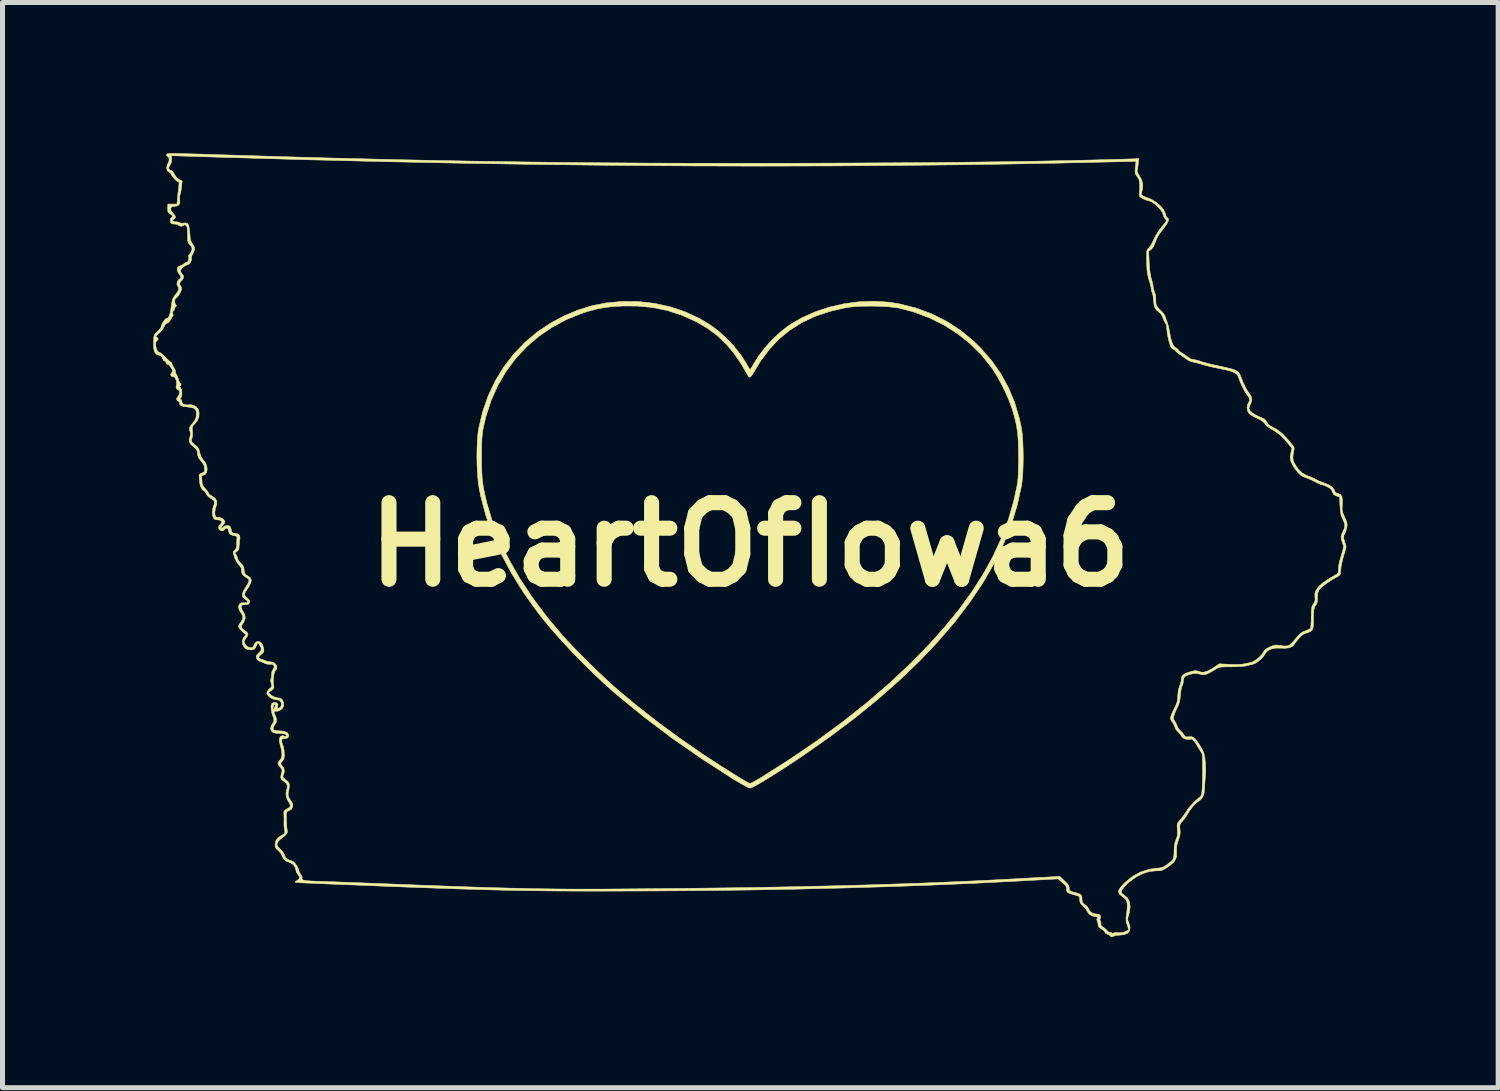
<source format=kicad_pcb>
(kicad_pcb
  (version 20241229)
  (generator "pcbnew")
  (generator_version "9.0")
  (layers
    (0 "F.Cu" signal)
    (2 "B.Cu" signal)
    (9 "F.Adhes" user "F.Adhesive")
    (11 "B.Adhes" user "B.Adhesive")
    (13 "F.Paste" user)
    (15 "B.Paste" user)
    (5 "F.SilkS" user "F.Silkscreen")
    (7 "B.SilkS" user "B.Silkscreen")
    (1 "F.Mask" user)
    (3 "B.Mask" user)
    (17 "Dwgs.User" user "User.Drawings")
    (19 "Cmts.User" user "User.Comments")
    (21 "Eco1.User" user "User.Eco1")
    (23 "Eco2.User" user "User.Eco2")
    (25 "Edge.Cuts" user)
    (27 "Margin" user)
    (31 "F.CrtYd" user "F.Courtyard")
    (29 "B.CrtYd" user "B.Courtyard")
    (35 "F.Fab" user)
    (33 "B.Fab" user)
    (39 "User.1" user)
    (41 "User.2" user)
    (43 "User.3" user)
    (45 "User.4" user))
  (footprint "HeartOfIowa6"
    (layer "F.Cu")
    (at 11.874 7.786)
    (property "Reference" "HeartOfIowa6" (at 0 0 0) (layer "F.SilkS") (effects (font (size 1.524 1.524) (thickness 0.3))))
    (attr through_hole)
    (fp_poly (pts (xy 2.763 -4.824) (xy 2.975 -4.79) (xy 3.305 -4.706) (xy 3.614 -4.591) (xy 3.905 -4.446) (xy 4.178 -4.269) (xy 4.434 -4.061) (xy 4.583 -3.916) (xy 4.801 -3.667) (xy 4.987 -3.402) (xy 5.142 -3.121) (xy 5.266 -2.821) (xy 5.36 -2.501) (xy 5.4 -2.313) (xy 5.415 -2.201) (xy 5.426 -2.062) (xy 5.432 -1.905) (xy 5.435 -1.739) (xy 5.432 -1.573) (xy 5.426 -1.416) (xy 5.414 -1.276) (xy 5.4 -1.17) (xy 5.314 -0.78) (xy 5.195 -0.393) (xy 5.042 -0.009) (xy 4.856 0.373) (xy 4.635 0.755) (xy 4.378 1.138) (xy 4.086 1.522) (xy 4.063 1.551) (xy 3.735 1.933) (xy 3.372 2.315) (xy 2.975 2.696) (xy 2.545 3.075) (xy 2.083 3.451) (xy 1.589 3.822) (xy 1.066 4.189) (xy 0.896 4.303) (xy 0.706 4.428) (xy 0.534 4.539) (xy 0.384 4.634) (xy 0.255 4.712) (xy 0.15 4.773) (xy 0.07 4.816) (xy 0.018 4.84) (xy -0.001 4.844) (xy -0.03 4.835) (xy -0.084 4.809) (xy -0.157 4.769) (xy -0.245 4.718) (xy -0.342 4.659) (xy -0.354 4.652) (xy -0.972 4.253) (xy -1.557 3.846) (xy -2.108 3.431) (xy -2.627 3.007) (xy -2.703 2.942) (xy -2.908 2.759) (xy -3.12 2.559) (xy -3.335 2.348) (xy -3.546 2.13) (xy -3.75 1.912) (xy -3.939 1.698) (xy -4.108 1.496) (xy -4.229 1.343) (xy -4.506 0.956) (xy -4.746 0.571) (xy -4.952 0.187) (xy -5.122 -0.197) (xy -5.258 -0.582) (xy -5.36 -0.968) (xy -5.392 -1.125) (xy -5.41 -1.252) (xy -5.423 -1.404) (xy -5.432 -1.572) (xy -5.435 -1.742) (xy -5.342 -1.742) (xy -5.341 -1.577) (xy -5.337 -1.44) (xy -5.33 -1.32) (xy -5.317 -1.209) (xy -5.298 -1.098) (xy -5.273 -0.977) (xy -5.239 -0.837) (xy -5.234 -0.816) (xy -5.123 -0.445) (xy -4.976 -0.071) (xy -4.794 0.305) (xy -4.576 0.683) (xy -4.324 1.063) (xy -4.038 1.444) (xy -3.742 1.796) (xy -3.646 1.902) (xy -3.528 2.027) (xy -3.395 2.163) (xy -3.252 2.307) (xy -3.105 2.451) (xy -2.961 2.59) (xy -2.824 2.718) (xy -2.702 2.829) (xy -2.631 2.892) (xy -2.242 3.214) (xy -1.829 3.537) (xy -1.401 3.851) (xy -0.968 4.151) (xy -0.962 4.155) (xy -0.836 4.239) (xy -0.706 4.323) (xy -0.577 4.407) (xy -0.452 4.486) (xy -0.335 4.56) (xy -0.23 4.625) (xy -0.14 4.679) (xy -0.069 4.72) (xy -0.022 4.746) (xy -0.002 4.753) (xy 0.022 4.744) (xy 0.07 4.719) (xy 0.137 4.682) (xy 0.216 4.635) (xy 0.246 4.617) (xy 0.807 4.26) (xy 1.343 3.894) (xy 1.851 3.52) (xy 2.33 3.14) (xy 2.777 2.755) (xy 3.181 2.377) (xy 3.542 2.009) (xy 3.868 1.646) (xy 4.161 1.287) (xy 4.419 0.93) (xy 4.646 0.574) (xy 4.841 0.217) (xy 5.006 -0.142) (xy 5.141 -0.504) (xy 5.247 -0.871) (xy 5.31 -1.161) (xy 5.322 -1.236) (xy 5.331 -1.317) (xy 5.337 -1.413) (xy 5.34 -1.529) (xy 5.342 -1.672) (xy 5.342 -1.742) (xy 5.34 -1.931) (xy 5.334 -2.094) (xy 5.321 -2.237) (xy 5.3 -2.37) (xy 5.271 -2.502) (xy 5.233 -2.641) (xy 5.206 -2.726) (xy 5.154 -2.866) (xy 5.085 -3.024) (xy 5.005 -3.186) (xy 4.919 -3.343) (xy 4.833 -3.482) (xy 4.795 -3.537) (xy 4.599 -3.78) (xy 4.376 -4) (xy 4.129 -4.197) (xy 3.859 -4.368) (xy 3.571 -4.511) (xy 3.266 -4.626) (xy 2.983 -4.702) (xy 2.871 -4.72) (xy 2.732 -4.734) (xy 2.576 -4.742) (xy 2.412 -4.745) (xy 2.248 -4.743) (xy 2.095 -4.736) (xy 1.962 -4.723) (xy 1.892 -4.712) (xy 1.578 -4.638) (xy 1.291 -4.54) (xy 1.03 -4.417) (xy 0.793 -4.268) (xy 0.578 -4.093) (xy 0.386 -3.89) (xy 0.213 -3.659) (xy 0.108 -3.487) (xy 0.061 -3.407) (xy 0.026 -3.356) (xy 0.000404 -3.333) (xy -0.02 -3.333) (xy -0.037 -3.355) (xy -0.039 -3.358) (xy -0.18 -3.602) (xy -0.327 -3.815) (xy -0.483 -3.999) (xy -0.652 -4.159) (xy -0.838 -4.298) (xy -1.046 -4.421) (xy -1.082 -4.44) (xy -1.359 -4.565) (xy -1.641 -4.656) (xy -1.933 -4.717) (xy -2.239 -4.746) (xy -2.522 -4.748) (xy -2.721 -4.737) (xy -2.896 -4.717) (xy -3.061 -4.685) (xy -3.227 -4.641) (xy -3.358 -4.598) (xy -3.664 -4.473) (xy -3.95 -4.318) (xy -4.214 -4.137) (xy -4.454 -3.929) (xy -4.669 -3.697) (xy -4.858 -3.442) (xy -5.02 -3.165) (xy -5.152 -2.869) (xy -5.254 -2.555) (xy -5.302 -2.354) (xy -5.316 -2.28) (xy -5.326 -2.211) (xy -5.333 -2.141) (xy -5.338 -2.061) (xy -5.341 -1.965) (xy -5.342 -1.845) (xy -5.342 -1.742) (xy -5.435 -1.742) (xy -5.435 -1.747) (xy -5.433 -1.92) (xy -5.425 -2.082) (xy -5.413 -2.224) (xy -5.4 -2.313) (xy -5.321 -2.644) (xy -5.211 -2.959) (xy -5.071 -3.255) (xy -4.902 -3.532) (xy -4.705 -3.788) (xy -4.482 -4.021) (xy -4.234 -4.23) (xy -3.961 -4.412) (xy -3.71 -4.546) (xy -3.426 -4.666) (xy -3.143 -4.754) (xy -2.853 -4.81) (xy -2.549 -4.838) (xy -2.223 -4.836) (xy -1.904 -4.8) (xy -1.594 -4.733) (xy -1.297 -4.634) (xy -1.015 -4.504) (xy -0.798 -4.375) (xy -0.634 -4.253) (xy -0.472 -4.106) (xy -0.319 -3.944) (xy -0.185 -3.775) (xy -0.077 -3.607) (xy -0.068 -3.592) (xy -0.037 -3.538) (xy -0.013 -3.499) (xy -0.000082 -3.484) (xy 0 -3.484) (xy 0.013 -3.498) (xy 0.037 -3.537) (xy 0.067 -3.59) (xy 0.17 -3.753) (xy 0.299 -3.92) (xy 0.445 -4.081) (xy 0.601 -4.228) (xy 0.758 -4.351) (xy 0.781 -4.367) (xy 1.026 -4.511) (xy 1.292 -4.631) (xy 1.575 -4.725) (xy 1.869 -4.792) (xy 2.169 -4.832) (xy 2.469 -4.843) (xy 2.763 -4.824)) (stroke (width 0.01) (type solid)) (fill yes) (layer "F.SilkS"))
    (fp_poly (pts (xy -11.42 -7.781) (xy -11.336 -7.78) (xy -11.232 -7.778) (xy -11.103 -7.774) (xy -10.949 -7.77) (xy -10.766 -7.764) (xy -10.553 -7.757) (xy -10.306 -7.75) (xy -10.242 -7.748) (xy -9.375 -7.721) (xy -8.532 -7.697) (xy -7.707 -7.676) (xy -6.896 -7.657) (xy -6.094 -7.64) (xy -5.297 -7.626) (xy -4.501 -7.614) (xy -3.7 -7.604) (xy -2.89 -7.597) (xy -2.067 -7.591) (xy -1.226 -7.588) (xy -0.362 -7.587) (xy 0.528 -7.587) (xy 1.45 -7.59) (xy 1.488 -7.59) (xy 2.157 -7.593) (xy 2.791 -7.596) (xy 3.393 -7.6) (xy 3.964 -7.605) (xy 4.506 -7.611) (xy 5.02 -7.618) (xy 5.508 -7.625) (xy 5.972 -7.634) (xy 6.414 -7.643) (xy 6.836 -7.653) (xy 7.239 -7.664) (xy 7.328 -7.666) (xy 7.734 -7.679) (xy 7.724 -7.581) (xy 7.716 -7.519) (xy 7.707 -7.466) (xy 7.702 -7.447) (xy 7.704 -7.407) (xy 7.735 -7.354) (xy 7.745 -7.341) (xy 7.794 -7.253) (xy 7.815 -7.155) (xy 7.804 -7.058) (xy 7.802 -7.049) (xy 7.79 -7) (xy 7.788 -6.964) (xy 7.789 -6.96) (xy 7.81 -6.942) (xy 7.855 -6.921) (xy 7.9 -6.904) (xy 7.996 -6.864) (xy 8.086 -6.806) (xy 8.165 -6.737) (xy 8.227 -6.664) (xy 8.264 -6.591) (xy 8.272 -6.547) (xy 8.288 -6.515) (xy 8.3 -6.507) (xy 8.325 -6.483) (xy 8.322 -6.441) (xy 8.291 -6.38) (xy 8.232 -6.297) (xy 8.212 -6.272) (xy 8.142 -6.179) (xy 8.094 -6.098) (xy 8.064 -6.021) (xy 8.064 -6.02) (xy 8.029 -5.933) (xy 7.987 -5.879) (xy 7.981 -5.874) (xy 7.931 -5.837) (xy 7.941 -5.608) (xy 7.952 -5.464) (xy 7.968 -5.35) (xy 7.986 -5.281) (xy 8.005 -5.217) (xy 8.017 -5.159) (xy 8.019 -5.134) (xy 8.028 -5.081) (xy 8.046 -5.032) (xy 8.062 -4.982) (xy 8.072 -4.912) (xy 8.073 -4.866) (xy 8.075 -4.805) (xy 8.082 -4.765) (xy 8.101 -4.731) (xy 8.137 -4.691) (xy 8.164 -4.664) (xy 8.21 -4.617) (xy 8.242 -4.577) (xy 8.255 -4.553) (xy 8.255 -4.553) (xy 8.262 -4.523) (xy 8.28 -4.475) (xy 8.289 -4.455) (xy 8.309 -4.399) (xy 8.329 -4.323) (xy 8.343 -4.248) (xy 8.369 -4.113) (xy 8.398 -4.013) (xy 8.431 -3.948) (xy 8.467 -3.918) (xy 8.504 -3.895) (xy 8.521 -3.873) (xy 8.543 -3.846) (xy 8.584 -3.818) (xy 8.588 -3.816) (xy 8.64 -3.784) (xy 8.695 -3.743) (xy 8.705 -3.735) (xy 8.764 -3.696) (xy 8.817 -3.683) (xy 8.866 -3.676) (xy 8.928 -3.659) (xy 8.96 -3.648) (xy 9.008 -3.632) (xy 9.083 -3.612) (xy 9.178 -3.588) (xy 9.283 -3.564) (xy 9.353 -3.549) (xy 9.477 -3.522) (xy 9.571 -3.498) (xy 9.64 -3.476) (xy 9.688 -3.452) (xy 9.721 -3.424) (xy 9.744 -3.389) (xy 9.761 -3.35) (xy 9.813 -3.22) (xy 9.86 -3.119) (xy 9.901 -3.05) (xy 9.918 -3.028) (xy 9.968 -2.955) (xy 9.984 -2.881) (xy 9.964 -2.81) (xy 9.959 -2.8) (xy 9.936 -2.751) (xy 9.927 -2.706) (xy 9.927 -2.7) (xy 9.949 -2.661) (xy 9.998 -2.617) (xy 10.068 -2.574) (xy 10.153 -2.535) (xy 10.165 -2.531) (xy 10.226 -2.504) (xy 10.262 -2.471) (xy 10.279 -2.44) (xy 10.316 -2.387) (xy 10.357 -2.359) (xy 10.473 -2.297) (xy 10.586 -2.211) (xy 10.681 -2.113) (xy 10.728 -2.056) (xy 10.771 -2.006) (xy 10.8 -1.973) (xy 10.801 -1.972) (xy 10.826 -1.927) (xy 10.823 -1.89) (xy 10.805 -1.795) (xy 10.8 -1.724) (xy 10.809 -1.666) (xy 10.828 -1.622) (xy 10.902 -1.507) (xy 10.989 -1.422) (xy 11.087 -1.371) (xy 11.089 -1.37) (xy 11.16 -1.343) (xy 11.231 -1.312) (xy 11.257 -1.297) (xy 11.322 -1.265) (xy 11.389 -1.238) (xy 11.403 -1.234) (xy 11.509 -1.192) (xy 11.583 -1.145) (xy 11.623 -1.092) (xy 11.626 -1.08) (xy 11.646 -1.038) (xy 11.682 -1.02) (xy 11.69 -1.019) (xy 11.742 -1.001) (xy 11.774 -0.959) (xy 11.787 -0.891) (xy 11.784 -0.799) (xy 11.779 -0.732) (xy 11.781 -0.681) (xy 11.793 -0.633) (xy 11.818 -0.572) (xy 11.83 -0.545) (xy 11.86 -0.479) (xy 11.876 -0.433) (xy 11.88 -0.394) (xy 11.874 -0.352) (xy 11.867 -0.318) (xy 11.852 -0.261) (xy 11.837 -0.221) (xy 11.828 -0.208) (xy 11.814 -0.18) (xy 11.813 -0.129) (xy 11.825 -0.067) (xy 11.839 -0.028) (xy 11.854 0.012) (xy 11.858 0.047) (xy 11.85 0.089) (xy 11.832 0.151) (xy 11.795 0.276) (xy 11.77 0.377) (xy 11.756 0.464) (xy 11.752 0.517) (xy 11.747 0.572) (xy 11.734 0.605) (xy 11.705 0.628) (xy 11.675 0.644) (xy 11.598 0.687) (xy 11.517 0.738) (xy 11.44 0.793) (xy 11.374 0.845) (xy 11.329 0.889) (xy 11.316 0.906) (xy 11.293 0.973) (xy 11.288 1.059) (xy 11.286 1.136) (xy 11.27 1.184) (xy 11.264 1.192) (xy 11.241 1.224) (xy 11.225 1.262) (xy 11.216 1.312) (xy 11.211 1.383) (xy 11.211 1.483) (xy 11.211 1.483) (xy 11.21 1.582) (xy 11.202 1.651) (xy 11.183 1.698) (xy 11.151 1.728) (xy 11.102 1.75) (xy 11.072 1.759) (xy 11.018 1.779) (xy 10.977 1.805) (xy 10.972 1.81) (xy 10.916 1.87) (xy 10.879 1.914) (xy 10.851 1.95) (xy 10.839 1.968) (xy 10.792 2.022) (xy 10.73 2.053) (xy 10.649 2.063) (xy 10.57 2.06) (xy 10.462 2.059) (xy 10.369 2.077) (xy 10.298 2.111) (xy 10.255 2.16) (xy 10.25 2.17) (xy 10.22 2.218) (xy 10.169 2.273) (xy 10.107 2.325) (xy 10.047 2.364) (xy 10.007 2.38) (xy 9.951 2.393) (xy 9.888 2.409) (xy 9.879 2.411) (xy 9.833 2.419) (xy 9.76 2.425) (xy 9.671 2.429) (xy 9.575 2.431) (xy 9.57 2.431) (xy 9.471 2.432) (xy 9.4 2.434) (xy 9.351 2.44) (xy 9.316 2.449) (xy 9.289 2.463) (xy 9.28 2.468) (xy 9.231 2.499) (xy 9.169 2.535) (xy 9.136 2.552) (xy 9.082 2.578) (xy 9.041 2.589) (xy 8.996 2.586) (xy 8.945 2.576) (xy 8.876 2.565) (xy 8.818 2.567) (xy 8.751 2.582) (xy 8.742 2.584) (xy 8.676 2.608) (xy 8.638 2.638) (xy 8.622 2.683) (xy 8.618 2.74) (xy 8.61 2.784) (xy 8.597 2.808) (xy 8.586 2.834) (xy 8.575 2.887) (xy 8.566 2.958) (xy 8.563 2.992) (xy 8.549 3.105) (xy 8.528 3.184) (xy 8.513 3.215) (xy 8.486 3.269) (xy 8.457 3.336) (xy 8.445 3.368) (xy 8.427 3.422) (xy 8.422 3.456) (xy 8.43 3.483) (xy 8.451 3.514) (xy 8.481 3.565) (xy 8.501 3.615) (xy 8.501 3.616) (xy 8.524 3.662) (xy 8.562 3.705) (xy 8.563 3.706) (xy 8.605 3.747) (xy 8.635 3.789) (xy 8.636 3.789) (xy 8.656 3.817) (xy 8.685 3.826) (xy 8.727 3.823) (xy 8.775 3.821) (xy 8.815 3.832) (xy 8.853 3.861) (xy 8.894 3.912) (xy 8.945 3.99) (xy 8.954 4.005) (xy 8.995 4.075) (xy 9.022 4.131) (xy 9.039 4.185) (xy 9.05 4.252) (xy 9.057 4.318) (xy 9.063 4.409) (xy 9.065 4.502) (xy 9.063 4.579) (xy 9.061 4.599) (xy 9.053 4.678) (xy 9.047 4.77) (xy 9.044 4.835) (xy 9.034 4.942) (xy 9.008 5.021) (xy 8.964 5.078) (xy 8.923 5.106) (xy 8.87 5.146) (xy 8.81 5.209) (xy 8.752 5.284) (xy 8.704 5.361) (xy 8.701 5.367) (xy 8.67 5.417) (xy 8.626 5.474) (xy 8.606 5.498) (xy 8.569 5.541) (xy 8.552 5.576) (xy 8.55 5.618) (xy 8.554 5.664) (xy 8.558 5.73) (xy 8.551 5.79) (xy 8.528 5.863) (xy 8.522 5.878) (xy 8.496 5.961) (xy 8.485 6.032) (xy 8.487 6.109) (xy 8.486 6.193) (xy 8.468 6.261) (xy 8.427 6.321) (xy 8.359 6.38) (xy 8.306 6.417) (xy 8.244 6.457) (xy 8.198 6.479) (xy 8.153 6.489) (xy 8.096 6.491) (xy 8.074 6.491) (xy 7.946 6.504) (xy 7.81 6.547) (xy 7.676 6.616) (xy 7.549 6.708) (xy 7.507 6.747) (xy 7.439 6.816) (xy 7.399 6.869) (xy 7.387 6.909) (xy 7.4 6.941) (xy 7.438 6.97) (xy 7.438 6.97) (xy 7.509 7.029) (xy 7.55 7.11) (xy 7.562 7.209) (xy 7.545 7.325) (xy 7.535 7.359) (xy 7.519 7.417) (xy 7.514 7.456) (xy 7.522 7.491) (xy 7.537 7.526) (xy 7.561 7.61) (xy 7.554 7.678) (xy 7.516 7.729) (xy 7.448 7.76) (xy 7.358 7.77) (xy 7.3 7.773) (xy 7.259 7.78) (xy 7.246 7.786) (xy 7.225 7.798) (xy 7.193 7.801) (xy 7.169 7.794) (xy 7.166 7.787) (xy 7.151 7.772) (xy 7.115 7.754) (xy 7.112 7.753) (xy 7.074 7.732) (xy 7.058 7.709) (xy 7.058 7.708) (xy 7.043 7.685) (xy 7.006 7.656) (xy 6.989 7.647) (xy 6.941 7.612) (xy 6.925 7.579) (xy 6.926 7.574) (xy 6.921 7.53) (xy 6.909 7.498) (xy 6.898 7.459) (xy 6.912 7.43) (xy 6.923 7.412) (xy 6.908 7.404) (xy 6.872 7.402) (xy 6.804 7.388) (xy 6.745 7.351) (xy 6.707 7.299) (xy 6.703 7.288) (xy 6.682 7.252) (xy 6.644 7.209) (xy 6.625 7.191) (xy 6.582 7.148) (xy 6.563 7.108) (xy 6.559 7.066) (xy 6.557 7.028) (xy 6.548 7.005) (xy 6.522 6.99) (xy 6.471 6.974) (xy 6.45 6.968) (xy 6.376 6.946) (xy 6.33 6.928) (xy 6.306 6.908) (xy 6.297 6.88) (xy 6.296 6.85) (xy 6.29 6.81) (xy 6.27 6.775) (xy 6.227 6.734) (xy 6.211 6.721) (xy 6.127 6.651) (xy 5.209 6.701) (xy 4.411 6.741) (xy 3.581 6.776) (xy 2.72 6.807) (xy 1.832 6.833) (xy 0.919 6.855) (xy -0.015 6.872) (xy -0.968 6.884) (xy -1.938 6.891) (xy -2.92 6.894) (xy -2.966 6.894) (xy -3.261 6.894) (xy -3.538 6.893) (xy -3.801 6.892) (xy -4.055 6.889) (xy -4.304 6.886) (xy -4.55 6.883) (xy -4.798 6.878) (xy -5.052 6.872) (xy -5.315 6.865) (xy -5.592 6.857) (xy -5.886 6.848) (xy -6.2 6.837) (xy -6.54 6.825) (xy -6.908 6.811) (xy -7.308 6.795) (xy -7.312 6.795) (xy -7.602 6.784) (xy -7.857 6.773) (xy -8.081 6.765) (xy -8.275 6.757) (xy -8.442 6.75) (xy -8.582 6.744) (xy -8.7 6.739) (xy -8.796 6.735) (xy -8.873 6.732) (xy -8.932 6.728) (xy -8.977 6.726) (xy -9.009 6.723) (xy -9.031 6.721) (xy -9.044 6.719) (xy -9.051 6.717) (xy -9.053 6.715) (xy -9.053 6.713) (xy -9.039 6.697) (xy -9.008 6.68) (xy -8.971 6.648) (xy -8.966 6.607) (xy -8.995 6.562) (xy -8.999 6.559) (xy -9.027 6.517) (xy -9.035 6.482) (xy -9.05 6.423) (xy -9.088 6.369) (xy -9.139 6.332) (xy -9.158 6.326) (xy -9.227 6.299) (xy -9.282 6.251) (xy -9.312 6.193) (xy -9.313 6.189) (xy -9.338 6.138) (xy -9.385 6.089) (xy -9.388 6.086) (xy -9.431 6.048) (xy -9.449 6.01) (xy -9.452 5.971) (xy -9.44 5.897) (xy -9.398 5.837) (xy -9.325 5.787) (xy -9.322 5.786) (xy -9.277 5.761) (xy -9.258 5.739) (xy -9.257 5.708) (xy -9.262 5.682) (xy -9.271 5.625) (xy -9.274 5.578) (xy -9.274 5.574) (xy -9.272 5.448) (xy -9.276 5.353) (xy -9.275 5.31) (xy -9.258 5.284) (xy -9.218 5.26) (xy -9.212 5.257) (xy -9.165 5.229) (xy -9.148 5.199) (xy -9.157 5.158) (xy -9.189 5.105) (xy -9.224 5.031) (xy -9.235 4.95) (xy -9.222 4.876) (xy -9.215 4.859) (xy -9.203 4.803) (xy -9.225 4.751) (xy -9.271 4.713) (xy -9.32 4.677) (xy -9.339 4.634) (xy -9.332 4.576) (xy -9.325 4.554) (xy -9.312 4.506) (xy -9.316 4.474) (xy -9.341 4.438) (xy -9.35 4.427) (xy -9.384 4.383) (xy -9.395 4.352) (xy -9.381 4.321) (xy -9.353 4.286) (xy -9.327 4.249) (xy -9.316 4.212) (xy -9.316 4.16) (xy -9.318 4.135) (xy -9.329 4.063) (xy -9.346 3.995) (xy -9.354 3.969) (xy -9.368 3.905) (xy -9.362 3.851) (xy -9.34 3.814) (xy -9.305 3.8) (xy -9.274 3.809) (xy -9.239 3.818) (xy -9.225 3.806) (xy -9.237 3.78) (xy -9.27 3.764) (xy -9.334 3.756) (xy -9.37 3.756) (xy -9.441 3.753) (xy -9.486 3.742) (xy -9.513 3.722) (xy -9.54 3.671) (xy -9.531 3.614) (xy -9.507 3.574) (xy -9.475 3.513) (xy -9.478 3.454) (xy -9.489 3.428) (xy -9.503 3.391) (xy -9.518 3.333) (xy -9.525 3.301) (xy -9.53 3.244) (xy -9.488 3.244) (xy -9.487 3.293) (xy -9.462 3.248) (xy -9.447 3.211) (xy -9.446 3.189) (xy -9.463 3.18) (xy -9.48 3.198) (xy -9.488 3.235) (xy -9.488 3.244) (xy -9.53 3.244) (xy -9.533 3.219) (xy -9.519 3.165) (xy -9.483 3.141) (xy -9.464 3.139) (xy -9.415 3.15) (xy -9.393 3.182) (xy -9.399 3.223) (xy -9.408 3.256) (xy -9.397 3.263) (xy -9.361 3.247) (xy -9.361 3.247) (xy -9.333 3.214) (xy -9.325 3.168) (xy -9.339 3.124) (xy -9.361 3.103) (xy -9.406 3.089) (xy -9.445 3.084) (xy -9.495 3.072) (xy -9.548 3.042) (xy -9.591 3.003) (xy -9.614 2.963) (xy -9.616 2.953) (xy -9.603 2.917) (xy -9.57 2.876) (xy -9.561 2.868) (xy -9.526 2.835) (xy -9.516 2.809) (xy -9.524 2.773) (xy -9.528 2.764) (xy -9.541 2.709) (xy -9.53 2.661) (xy -9.53 2.661) (xy -9.518 2.612) (xy -9.52 2.577) (xy -9.515 2.528) (xy -9.492 2.486) (xy -9.469 2.436) (xy -9.477 2.399) (xy -9.512 2.38) (xy -9.553 2.381) (xy -9.617 2.377) (xy -9.669 2.357) (xy -9.715 2.335) (xy -9.748 2.323) (xy -9.753 2.322) (xy -9.78 2.31) (xy -9.805 2.287) (xy -9.827 2.241) (xy -9.814 2.194) (xy -9.769 2.151) (xy -9.732 2.109) (xy -9.728 2.056) (xy -9.756 1.998) (xy -9.759 1.994) (xy -9.793 1.951) (xy -9.827 2.023) (xy -9.852 2.068) (xy -9.877 2.089) (xy -9.917 2.094) (xy -9.941 2.094) (xy -10.002 2.086) (xy -10.043 2.063) (xy -10.063 2.043) (xy -10.098 1.979) (xy -10.103 1.911) (xy -10.078 1.848) (xy -10.068 1.835) (xy -10.029 1.794) (xy -10.104 1.725) (xy -10.145 1.683) (xy -10.172 1.646) (xy -10.178 1.63) (xy -10.168 1.6) (xy -10.143 1.556) (xy -10.133 1.542) (xy -10.097 1.482) (xy -10.091 1.432) (xy -10.115 1.378) (xy -10.133 1.353) (xy -10.169 1.288) (xy -10.178 1.229) (xy -10.16 1.184) (xy -10.119 1.158) (xy -10.06 1.156) (xy -10.013 1.156) (xy -9.996 1.14) (xy -10.01 1.113) (xy -10.051 1.082) (xy -10.092 1.045) (xy -10.104 0.996) (xy -10.086 0.934) (xy -10.045 0.862) (xy -9.998 0.789) (xy -9.974 0.739) (xy -9.97 0.704) (xy -9.986 0.68) (xy -10.009 0.665) (xy -10.079 0.617) (xy -10.115 0.564) (xy -10.119 0.515) (xy -10.12 0.476) (xy -10.142 0.436) (xy -10.169 0.407) (xy -10.216 0.343) (xy -10.255 0.262) (xy -10.261 0.244) (xy -10.278 0.187) (xy -10.284 0.153) (xy -10.278 0.133) (xy -10.26 0.116) (xy -10.254 0.111) (xy -10.227 0.079) (xy -10.216 0.03) (xy -10.215 0) (xy -10.213 -0.062) (xy -10.211 -0.115) (xy -10.21 -0.127) (xy -10.212 -0.158) (xy -10.232 -0.172) (xy -10.269 -0.178) (xy -10.333 -0.197) (xy -10.369 -0.239) (xy -10.378 -0.285) (xy -10.391 -0.317) (xy -10.419 -0.328) (xy -10.448 -0.314) (xy -10.457 -0.298) (xy -10.484 -0.277) (xy -10.518 -0.275) (xy -10.559 -0.294) (xy -10.576 -0.33) (xy -10.569 -0.373) (xy -10.54 -0.405) (xy -10.511 -0.438) (xy -10.514 -0.467) (xy -10.548 -0.486) (xy -10.584 -0.49) (xy -10.632 -0.497) (xy -10.666 -0.515) (xy -10.667 -0.516) (xy -10.692 -0.57) (xy -10.7 -0.642) (xy -10.691 -0.719) (xy -10.676 -0.764) (xy -10.656 -0.827) (xy -10.665 -0.872) (xy -10.705 -0.908) (xy -10.735 -0.923) (xy -10.782 -0.958) (xy -10.819 -1.007) (xy -10.82 -1.009) (xy -10.843 -1.049) (xy -10.864 -1.07) (xy -10.867 -1.07) (xy -10.894 -1.087) (xy -10.92 -1.128) (xy -10.942 -1.185) (xy -10.952 -1.238) (xy -10.957 -1.299) (xy -10.962 -1.352) (xy -10.963 -1.361) (xy -10.959 -1.395) (xy -10.932 -1.415) (xy -10.91 -1.423) (xy -10.872 -1.438) (xy -10.856 -1.462) (xy -10.853 -1.508) (xy -10.853 -1.511) (xy -10.86 -1.563) (xy -10.884 -1.612) (xy -10.924 -1.663) (xy -10.968 -1.719) (xy -10.989 -1.767) (xy -10.995 -1.814) (xy -10.999 -1.86) (xy -11.017 -1.895) (xy -11.057 -1.933) (xy -11.069 -1.943) (xy -11.129 -1.997) (xy -11.158 -2.047) (xy -11.16 -2.098) (xy -11.147 -2.137) (xy -11.133 -2.2) (xy -11.14 -2.242) (xy -11.155 -2.291) (xy -11.151 -2.33) (xy -11.127 -2.372) (xy -11.092 -2.414) (xy -11.047 -2.472) (xy -11.024 -2.529) (xy -11.018 -2.572) (xy -11.016 -2.64) (xy -11.031 -2.686) (xy -11.067 -2.714) (xy -11.13 -2.731) (xy -11.192 -2.738) (xy -11.279 -2.751) (xy -11.331 -2.771) (xy -11.352 -2.798) (xy -11.349 -2.824) (xy -11.358 -2.845) (xy -11.377 -2.854) (xy -11.406 -2.875) (xy -11.407 -2.911) (xy -11.379 -2.954) (xy -11.378 -2.955) (xy -11.357 -2.991) (xy -11.352 -3.034) (xy -11.361 -3.069) (xy -11.384 -3.084) (xy -11.385 -3.084) (xy -11.411 -3.099) (xy -11.422 -3.133) (xy -11.415 -3.169) (xy -11.409 -3.204) (xy -11.416 -3.256) (xy -11.419 -3.267) (xy -11.436 -3.315) (xy -11.46 -3.336) (xy -11.477 -3.338) (xy -11.516 -3.351) (xy -11.529 -3.382) (xy -11.511 -3.418) (xy -11.511 -3.418) (xy -11.492 -3.439) (xy -11.488 -3.458) (xy -11.5 -3.486) (xy -11.53 -3.531) (xy -11.557 -3.567) (xy -11.573 -3.584) (xy -11.575 -3.584) (xy -11.586 -3.582) (xy -11.602 -3.592) (xy -11.621 -3.617) (xy -11.621 -3.629) (xy -11.628 -3.644) (xy -11.648 -3.652) (xy -11.677 -3.673) (xy -11.684 -3.693) (xy -11.699 -3.731) (xy -11.736 -3.762) (xy -11.775 -3.773) (xy -11.818 -3.791) (xy -11.85 -3.837) (xy -11.867 -3.906) (xy -11.869 -3.944) (xy -11.869 -3.987) (xy -11.827 -3.987) (xy -11.821 -3.932) (xy -11.806 -3.88) (xy -11.783 -3.841) (xy -11.759 -3.828) (xy -11.732 -3.816) (xy -11.689 -3.783) (xy -11.64 -3.736) (xy -11.633 -3.728) (xy -11.585 -3.68) (xy -11.546 -3.645) (xy -11.522 -3.629) (xy -11.52 -3.629) (xy -11.505 -3.614) (xy -11.503 -3.6) (xy -11.492 -3.566) (xy -11.466 -3.525) (xy -11.466 -3.525) (xy -11.44 -3.479) (xy -11.43 -3.437) (xy -11.424 -3.4) (xy -11.414 -3.385) (xy -11.4 -3.363) (xy -11.383 -3.319) (xy -11.376 -3.293) (xy -11.359 -3.245) (xy -11.343 -3.216) (xy -11.337 -3.211) (xy -11.323 -3.197) (xy -11.321 -3.184) (xy -11.332 -3.16) (xy -11.342 -3.157) (xy -11.349 -3.146) (xy -11.333 -3.124) (xy -11.312 -3.081) (xy -11.304 -3.023) (xy -11.307 -2.965) (xy -11.324 -2.924) (xy -11.326 -2.922) (xy -11.339 -2.901) (xy -11.326 -2.89) (xy -11.308 -2.868) (xy -11.303 -2.839) (xy -11.296 -2.807) (xy -11.267 -2.79) (xy -11.241 -2.784) (xy -11.194 -2.779) (xy -11.164 -2.782) (xy -11.162 -2.782) (xy -11.135 -2.785) (xy -11.09 -2.777) (xy -11.078 -2.774) (xy -11.017 -2.741) (xy -10.978 -2.686) (xy -10.962 -2.616) (xy -10.968 -2.541) (xy -10.998 -2.466) (xy -11.042 -2.411) (xy -11.08 -2.372) (xy -11.097 -2.34) (xy -11.099 -2.299) (xy -11.095 -2.257) (xy -11.092 -2.182) (xy -11.102 -2.124) (xy -11.104 -2.119) (xy -11.116 -2.074) (xy -11.102 -2.035) (xy -11.059 -1.994) (xy -11.032 -1.974) (xy -10.993 -1.941) (xy -10.968 -1.901) (xy -10.951 -1.84) (xy -10.95 -1.832) (xy -10.922 -1.746) (xy -10.878 -1.681) (xy -10.874 -1.678) (xy -10.832 -1.621) (xy -10.808 -1.556) (xy -10.802 -1.491) (xy -10.814 -1.435) (xy -10.843 -1.395) (xy -10.889 -1.379) (xy -10.89 -1.379) (xy -10.916 -1.37) (xy -10.915 -1.35) (xy -10.908 -1.314) (xy -10.904 -1.261) (xy -10.904 -1.25) (xy -10.898 -1.197) (xy -10.874 -1.152) (xy -10.84 -1.115) (xy -10.803 -1.073) (xy -10.78 -1.038) (xy -10.777 -1.026) (xy -10.762 -1.003) (xy -10.725 -0.976) (xy -10.709 -0.968) (xy -10.642 -0.921) (xy -10.61 -0.865) (xy -10.612 -0.798) (xy -10.622 -0.77) (xy -10.641 -0.707) (xy -10.649 -0.643) (xy -10.646 -0.588) (xy -10.631 -0.553) (xy -10.627 -0.55) (xy -10.591 -0.541) (xy -10.572 -0.542) (xy -10.528 -0.535) (xy -10.485 -0.51) (xy -10.456 -0.476) (xy -10.45 -0.456) (xy -10.463 -0.419) (xy -10.487 -0.39) (xy -10.514 -0.355) (xy -10.522 -0.328) (xy -10.517 -0.314) (xy -10.5 -0.33) (xy -10.492 -0.34) (xy -10.454 -0.37) (xy -10.405 -0.381) (xy -10.36 -0.371) (xy -10.345 -0.358) (xy -10.33 -0.324) (xy -10.32 -0.282) (xy -10.311 -0.244) (xy -10.286 -0.228) (xy -10.255 -0.225) (xy -10.189 -0.212) (xy -10.154 -0.18) (xy -10.149 -0.128) (xy -10.15 -0.119) (xy -10.158 -0.066) (xy -10.164 0.001) (xy -10.166 0.025) (xy -10.17 0.081) (xy -10.185 0.115) (xy -10.218 0.141) (xy -10.248 0.158) (xy -10.244 0.173) (xy -10.225 0.202) (xy -10.203 0.245) (xy -10.196 0.277) (xy -10.184 0.309) (xy -10.152 0.35) (xy -10.134 0.368) (xy -10.091 0.416) (xy -10.071 0.465) (xy -10.066 0.508) (xy -10.059 0.561) (xy -10.042 0.592) (xy -10.008 0.614) (xy -10.006 0.615) (xy -9.949 0.653) (xy -9.925 0.7) (xy -9.932 0.759) (xy -9.971 0.834) (xy -9.978 0.845) (xy -10.023 0.914) (xy -10.05 0.96) (xy -10.059 0.992) (xy -10.05 1.017) (xy -10.026 1.044) (xy -10.006 1.062) (xy -9.967 1.101) (xy -9.952 1.128) (xy -9.957 1.153) (xy -9.96 1.16) (xy -9.986 1.187) (xy -10.031 1.197) (xy -10.052 1.197) (xy -10.098 1.2) (xy -10.119 1.212) (xy -10.124 1.24) (xy -10.124 1.246) (xy -10.111 1.294) (xy -10.084 1.337) (xy -10.051 1.397) (xy -10.046 1.468) (xy -10.071 1.54) (xy -10.084 1.559) (xy -10.116 1.612) (xy -10.118 1.651) (xy -10.089 1.686) (xy -10.062 1.704) (xy -10.009 1.744) (xy -9.99 1.782) (xy -10.002 1.824) (xy -10.024 1.854) (xy -10.059 1.902) (xy -10.066 1.941) (xy -10.047 1.982) (xy -10.032 2.002) (xy -9.991 2.036) (xy -9.944 2.051) (xy -9.903 2.046) (xy -9.878 2.02) (xy -9.877 2.018) (xy -9.854 1.963) (xy -9.823 1.935) (xy -9.792 1.927) (xy -9.744 1.938) (xy -9.706 1.981) (xy -9.68 2.052) (xy -9.676 2.073) (xy -9.674 2.119) (xy -9.689 2.15) (xy -9.723 2.179) (xy -9.767 2.219) (xy -9.775 2.251) (xy -9.749 2.273) (xy -9.729 2.279) (xy -9.677 2.296) (xy -9.643 2.311) (xy -9.6 2.325) (xy -9.545 2.332) (xy -9.539 2.332) (xy -9.481 2.346) (xy -9.439 2.379) (xy -9.416 2.423) (xy -9.417 2.468) (xy -9.442 2.502) (xy -9.459 2.532) (xy -9.473 2.583) (xy -9.477 2.609) (xy -9.485 2.67) (xy -9.487 2.71) (xy -9.486 2.743) (xy -9.48 2.782) (xy -9.478 2.796) (xy -9.474 2.842) (xy -9.488 2.873) (xy -9.524 2.903) (xy -9.582 2.943) (xy -9.541 2.986) (xy -9.495 3.019) (xy -9.438 3.04) (xy -9.436 3.04) (xy -9.384 3.05) (xy -9.343 3.059) (xy -9.341 3.059) (xy -9.309 3.084) (xy -9.286 3.132) (xy -9.278 3.187) (xy -9.281 3.218) (xy -9.308 3.263) (xy -9.355 3.298) (xy -9.408 3.316) (xy -9.436 3.314) (xy -9.464 3.318) (xy -9.469 3.346) (xy -9.452 3.394) (xy -9.443 3.411) (xy -9.419 3.477) (xy -9.43 3.538) (xy -9.452 3.574) (xy -9.478 3.619) (xy -9.488 3.658) (xy -9.485 3.678) (xy -9.469 3.691) (xy -9.434 3.699) (xy -9.371 3.705) (xy -9.362 3.705) (xy -9.274 3.716) (xy -9.218 3.734) (xy -9.189 3.763) (xy -9.183 3.804) (xy -9.184 3.808) (xy -9.193 3.841) (xy -9.218 3.854) (xy -9.253 3.856) (xy -9.302 3.865) (xy -9.322 3.892) (xy -9.315 3.939) (xy -9.3 3.977) (xy -9.284 4.028) (xy -9.272 4.098) (xy -9.268 4.15) (xy -9.267 4.216) (xy -9.274 4.259) (xy -9.292 4.291) (xy -9.306 4.308) (xy -9.334 4.341) (xy -9.337 4.363) (xy -9.322 4.386) (xy -9.279 4.445) (xy -9.264 4.496) (xy -9.274 4.551) (xy -9.279 4.563) (xy -9.293 4.599) (xy -9.295 4.623) (xy -9.281 4.646) (xy -9.245 4.676) (xy -9.21 4.702) (xy -9.184 4.727) (xy -9.169 4.758) (xy -9.166 4.802) (xy -9.174 4.866) (xy -9.189 4.944) (xy -9.191 4.986) (xy -9.176 5.031) (xy -9.144 5.084) (xy -9.111 5.139) (xy -9.097 5.177) (xy -9.1 5.211) (xy -9.103 5.219) (xy -9.127 5.265) (xy -9.17 5.293) (xy -9.2 5.304) (xy -9.214 5.314) (xy -9.222 5.338) (xy -9.226 5.384) (xy -9.226 5.458) (xy -9.226 5.473) (xy -9.222 5.552) (xy -9.217 5.623) (xy -9.211 5.673) (xy -9.208 5.683) (xy -9.204 5.721) (xy -9.221 5.754) (xy -9.248 5.783) (xy -9.297 5.825) (xy -9.345 5.862) (xy -9.35 5.865) (xy -9.388 5.903) (xy -9.409 5.944) (xy -9.412 5.977) (xy -9.396 6.008) (xy -9.358 6.049) (xy -9.348 6.057) (xy -9.301 6.11) (xy -9.27 6.162) (xy -9.263 6.181) (xy -9.238 6.233) (xy -9.19 6.267) (xy -9.146 6.286) (xy -9.116 6.295) (xy -9.113 6.296) (xy -9.083 6.31) (xy -9.047 6.348) (xy -9.014 6.396) (xy -8.991 6.445) (xy -8.988 6.46) (xy -8.969 6.515) (xy -8.94 6.562) (xy -8.94 6.562) (xy -8.914 6.607) (xy -8.913 6.639) (xy -8.915 6.654) (xy -8.908 6.666) (xy -8.888 6.675) (xy -8.853 6.683) (xy -8.797 6.689) (xy -8.716 6.694) (xy -8.608 6.698) (xy -8.467 6.703) (xy -8.464 6.703) (xy -8.39 6.706) (xy -8.283 6.709) (xy -8.15 6.714) (xy -7.992 6.72) (xy -7.815 6.727) (xy -7.623 6.734) (xy -7.421 6.742) (xy -7.211 6.75) (xy -7.003 6.758) (xy -6.601 6.774) (xy -6.232 6.787) (xy -5.893 6.8) (xy -5.58 6.811) (xy -5.29 6.82) (xy -5.019 6.828) (xy -4.765 6.835) (xy -4.523 6.841) (xy -4.291 6.846) (xy -4.066 6.849) (xy -3.843 6.852) (xy -3.621 6.854) (xy -3.394 6.854) (xy -3.16 6.854) (xy -2.916 6.854) (xy -2.659 6.852) (xy -2.413 6.85) (xy -1.686 6.844) (xy -0.992 6.836) (xy -0.33 6.828) (xy 0.303 6.818) (xy 0.91 6.806) (xy 1.492 6.793) (xy 2.053 6.779) (xy 2.594 6.763) (xy 3.118 6.746) (xy 3.628 6.727) (xy 4.126 6.706) (xy 4.614 6.684) (xy 5.096 6.659) (xy 5.298 6.648) (xy 6.16 6.601) (xy 6.255 6.69) (xy 6.308 6.743) (xy 6.338 6.783) (xy 6.349 6.82) (xy 6.35 6.836) (xy 6.354 6.872) (xy 6.371 6.893) (xy 6.411 6.908) (xy 6.427 6.913) (xy 6.508 6.934) (xy 6.559 6.953) (xy 6.588 6.975) (xy 6.601 7.003) (xy 6.604 7.044) (xy 6.604 7.05) (xy 6.608 7.103) (xy 6.624 7.135) (xy 6.658 7.16) (xy 6.698 7.191) (xy 6.722 7.221) (xy 6.723 7.223) (xy 6.76 7.293) (xy 6.817 7.336) (xy 6.875 7.348) (xy 6.937 7.357) (xy 6.971 7.382) (xy 6.975 7.42) (xy 6.968 7.436) (xy 6.958 7.47) (xy 6.969 7.485) (xy 6.981 7.51) (xy 6.98 7.54) (xy 6.982 7.574) (xy 7.008 7.603) (xy 7.033 7.619) (xy 7.076 7.65) (xy 7.103 7.678) (xy 7.105 7.683) (xy 7.13 7.707) (xy 7.149 7.711) (xy 7.183 7.72) (xy 7.194 7.73) (xy 7.214 7.738) (xy 7.231 7.728) (xy 7.268 7.716) (xy 7.309 7.719) (xy 7.363 7.722) (xy 7.424 7.714) (xy 7.479 7.696) (xy 7.516 7.674) (xy 7.523 7.663) (xy 7.523 7.631) (xy 7.509 7.582) (xy 7.502 7.565) (xy 7.481 7.497) (xy 7.48 7.423) (xy 7.482 7.408) (xy 7.498 7.29) (xy 7.505 7.202) (xy 7.503 7.137) (xy 7.491 7.089) (xy 7.467 7.051) (xy 7.43 7.018) (xy 7.402 6.999) (xy 7.354 6.96) (xy 7.332 6.921) (xy 7.335 6.878) (xy 7.366 6.825) (xy 7.426 6.757) (xy 7.46 6.723) (xy 7.608 6.602) (xy 7.769 6.514) (xy 7.942 6.459) (xy 8.065 6.442) (xy 8.142 6.434) (xy 8.196 6.423) (xy 8.241 6.404) (xy 8.291 6.371) (xy 8.305 6.361) (xy 8.358 6.32) (xy 8.4 6.282) (xy 8.419 6.258) (xy 8.427 6.225) (xy 8.434 6.167) (xy 8.436 6.096) (xy 8.436 6.09) (xy 8.442 5.989) (xy 8.459 5.909) (xy 8.475 5.868) (xy 8.497 5.809) (xy 8.506 5.753) (xy 8.503 5.682) (xy 8.502 5.667) (xy 8.496 5.603) (xy 8.499 5.562) (xy 8.514 5.53) (xy 8.545 5.491) (xy 8.56 5.475) (xy 8.61 5.413) (xy 8.658 5.345) (xy 8.676 5.316) (xy 8.727 5.242) (xy 8.797 5.161) (xy 8.875 5.084) (xy 8.936 5.033) (xy 8.96 5.013) (xy 8.976 4.989) (xy 8.985 4.954) (xy 8.992 4.897) (xy 8.996 4.834) (xy 8.999 4.751) (xy 9.002 4.645) (xy 9.003 4.531) (xy 9.003 4.422) (xy 9 4.173) (xy 8.915 4.032) (xy 8.869 3.957) (xy 8.835 3.908) (xy 8.809 3.881) (xy 8.784 3.871) (xy 8.756 3.872) (xy 8.743 3.874) (xy 8.686 3.875) (xy 8.631 3.857) (xy 8.593 3.826) (xy 8.587 3.815) (xy 8.566 3.783) (xy 8.53 3.741) (xy 8.514 3.726) (xy 8.478 3.685) (xy 8.457 3.648) (xy 8.455 3.637) (xy 8.444 3.603) (xy 8.418 3.557) (xy 8.409 3.545) (xy 8.38 3.501) (xy 8.365 3.465) (xy 8.364 3.458) (xy 8.373 3.416) (xy 8.399 3.349) (xy 8.439 3.261) (xy 8.466 3.209) (xy 8.495 3.134) (xy 8.508 3.052) (xy 8.509 3.009) (xy 8.521 2.891) (xy 8.546 2.815) (xy 8.568 2.753) (xy 8.58 2.694) (xy 8.582 2.677) (xy 8.59 2.627) (xy 8.617 2.59) (xy 8.67 2.559) (xy 8.753 2.531) (xy 8.758 2.529) (xy 8.828 2.512) (xy 8.875 2.508) (xy 8.91 2.516) (xy 8.918 2.519) (xy 8.978 2.538) (xy 9.04 2.536) (xy 9.109 2.513) (xy 9.194 2.467) (xy 9.244 2.434) (xy 9.335 2.372) (xy 9.534 2.382) (xy 9.625 2.385) (xy 9.712 2.384) (xy 9.783 2.38) (xy 9.815 2.375) (xy 9.882 2.362) (xy 9.947 2.349) (xy 9.96 2.346) (xy 10.016 2.325) (xy 10.08 2.283) (xy 10.142 2.231) (xy 10.19 2.177) (xy 10.213 2.138) (xy 10.239 2.099) (xy 10.291 2.061) (xy 10.334 2.039) (xy 10.397 2.012) (xy 10.444 2) (xy 10.492 2) (xy 10.54 2.006) (xy 10.621 2.017) (xy 10.68 2.017) (xy 10.728 2.001) (xy 10.773 1.965) (xy 10.827 1.905) (xy 10.849 1.878) (xy 10.907 1.811) (xy 10.952 1.766) (xy 10.995 1.737) (xy 11.043 1.717) (xy 11.049 1.715) (xy 11.102 1.694) (xy 11.14 1.674) (xy 11.151 1.665) (xy 11.156 1.64) (xy 11.16 1.587) (xy 11.164 1.514) (xy 11.165 1.441) (xy 11.167 1.349) (xy 11.171 1.286) (xy 11.178 1.242) (xy 11.19 1.21) (xy 11.208 1.181) (xy 11.209 1.18) (xy 11.236 1.134) (xy 11.243 1.089) (xy 11.239 1.045) (xy 11.238 0.975) (xy 11.261 0.908) (xy 11.308 0.841) (xy 11.382 0.772) (xy 11.487 0.699) (xy 11.624 0.617) (xy 11.627 0.615) (xy 11.676 0.585) (xy 11.7 0.561) (xy 11.707 0.531) (xy 11.706 0.506) (xy 11.706 0.459) (xy 11.714 0.401) (xy 11.731 0.325) (xy 11.76 0.224) (xy 11.779 0.161) (xy 11.798 0.095) (xy 11.806 0.052) (xy 11.804 0.017) (xy 11.792 -0.022) (xy 11.786 -0.035) (xy 11.763 -0.106) (xy 11.759 -0.161) (xy 11.774 -0.214) (xy 11.782 -0.23) (xy 11.817 -0.307) (xy 11.832 -0.366) (xy 11.83 -0.417) (xy 11.809 -0.472) (xy 11.797 -0.497) (xy 11.772 -0.549) (xy 11.756 -0.602) (xy 11.746 -0.668) (xy 11.739 -0.756) (xy 11.738 -0.769) (xy 11.729 -0.948) (xy 11.666 -0.968) (xy 11.617 -0.993) (xy 11.591 -1.036) (xy 11.586 -1.05) (xy 11.568 -1.091) (xy 11.535 -1.123) (xy 11.477 -1.154) (xy 11.477 -1.154) (xy 11.421 -1.178) (xy 11.377 -1.194) (xy 11.36 -1.197) (xy 11.331 -1.206) (xy 11.283 -1.228) (xy 11.242 -1.25) (xy 11.175 -1.284) (xy 11.108 -1.313) (xy 11.076 -1.325) (xy 11.003 -1.353) (xy 10.947 -1.389) (xy 10.894 -1.443) (xy 10.849 -1.501) (xy 10.792 -1.589) (xy 10.759 -1.661) (xy 10.747 -1.728) (xy 10.754 -1.8) (xy 10.759 -1.823) (xy 10.781 -1.918) (xy 10.671 -2.052) (xy 10.601 -2.129) (xy 10.53 -2.195) (xy 10.468 -2.24) (xy 10.467 -2.241) (xy 10.38 -2.293) (xy 10.32 -2.332) (xy 10.28 -2.362) (xy 10.255 -2.387) (xy 10.239 -2.412) (xy 10.208 -2.445) (xy 10.149 -2.484) (xy 10.091 -2.514) (xy 10.024 -2.547) (xy 9.966 -2.581) (xy 9.928 -2.609) (xy 9.926 -2.61) (xy 9.897 -2.662) (xy 9.888 -2.727) (xy 9.9 -2.791) (xy 9.916 -2.82) (xy 9.939 -2.868) (xy 9.933 -2.917) (xy 9.895 -2.973) (xy 9.89 -2.979) (xy 9.857 -3.026) (xy 9.818 -3.097) (xy 9.778 -3.178) (xy 9.742 -3.261) (xy 9.717 -3.331) (xy 9.701 -3.368) (xy 9.675 -3.399) (xy 9.635 -3.424) (xy 9.574 -3.448) (xy 9.488 -3.471) (xy 9.372 -3.496) (xy 9.345 -3.502) (xy 9.242 -3.523) (xy 9.146 -3.545) (xy 9.065 -3.565) (xy 9.008 -3.581) (xy 8.991 -3.586) (xy 8.924 -3.607) (xy 8.85 -3.624) (xy 8.831 -3.627) (xy 8.738 -3.656) (xy 8.677 -3.694) (xy 8.619 -3.738) (xy 8.557 -3.779) (xy 8.543 -3.789) (xy 8.499 -3.82) (xy 8.47 -3.849) (xy 8.466 -3.856) (xy 8.443 -3.88) (xy 8.43 -3.883) (xy 8.402 -3.897) (xy 8.378 -3.923) (xy 8.357 -3.971) (xy 8.335 -4.043) (xy 8.315 -4.127) (xy 8.3 -4.212) (xy 8.292 -4.286) (xy 8.291 -4.305) (xy 8.285 -4.367) (xy 8.267 -4.406) (xy 8.264 -4.409) (xy 8.242 -4.44) (xy 8.222 -4.49) (xy 8.218 -4.503) (xy 8.196 -4.557) (xy 8.166 -4.599) (xy 8.16 -4.605) (xy 8.103 -4.652) (xy 8.067 -4.692) (xy 8.047 -4.734) (xy 8.035 -4.792) (xy 8.028 -4.859) (xy 8.021 -4.929) (xy 8.011 -4.984) (xy 8.002 -5.015) (xy 7.999 -5.018) (xy 7.987 -5.041) (xy 7.983 -5.079) (xy 7.977 -5.128) (xy 7.961 -5.189) (xy 7.955 -5.209) (xy 7.929 -5.29) (xy 7.911 -5.367) (xy 7.899 -5.45) (xy 7.893 -5.551) (xy 7.89 -5.649) (xy 7.889 -5.74) (xy 7.89 -5.803) (xy 7.894 -5.843) (xy 7.902 -5.869) (xy 7.917 -5.887) (xy 7.934 -5.903) (xy 7.965 -5.94) (xy 7.999 -5.998) (xy 8.028 -6.061) (xy 8.07 -6.147) (xy 8.13 -6.242) (xy 8.183 -6.313) (xy 8.291 -6.445) (xy 8.255 -6.491) (xy 8.229 -6.53) (xy 8.219 -6.561) (xy 8.219 -6.561) (xy 8.204 -6.608) (xy 8.166 -6.664) (xy 8.113 -6.723) (xy 8.052 -6.777) (xy 7.992 -6.819) (xy 7.94 -6.84) (xy 7.93 -6.841) (xy 7.897 -6.849) (xy 7.848 -6.869) (xy 7.82 -6.882) (xy 7.771 -6.908) (xy 7.748 -6.931) (xy 7.742 -6.961) (xy 7.744 -6.985) (xy 7.752 -7.092) (xy 7.754 -7.171) (xy 7.747 -7.23) (xy 7.732 -7.276) (xy 7.706 -7.316) (xy 7.705 -7.318) (xy 7.677 -7.357) (xy 7.663 -7.39) (xy 7.66 -7.432) (xy 7.665 -7.494) (xy 7.666 -7.505) (xy 7.679 -7.625) (xy 7.128 -7.613) (xy 6.775 -7.605) (xy 6.452 -7.598) (xy 6.156 -7.591) (xy 5.881 -7.586) (xy 5.621 -7.581) (xy 5.373 -7.576) (xy 5.129 -7.572) (xy 4.887 -7.568) (xy 4.64 -7.564) (xy 4.383 -7.561) (xy 4.111 -7.557) (xy 3.819 -7.554) (xy 3.502 -7.55) (xy 3.155 -7.547) (xy 3.093 -7.546) (xy 1.692 -7.535) (xy 0.257 -7.531) (xy -1.208 -7.535) (xy -2.701 -7.546) (xy -4.219 -7.564) (xy -5.761 -7.589) (xy -7.323 -7.621) (xy -8.903 -7.66) (xy -10.499 -7.706) (xy -10.535 -7.707) (xy -11.517 -7.738) (xy -11.508 -7.68) (xy -11.511 -7.616) (xy -11.538 -7.557) (xy -11.563 -7.512) (xy -11.566 -7.482) (xy -11.557 -7.465) (xy -11.526 -7.443) (xy -11.509 -7.439) (xy -11.487 -7.423) (xy -11.462 -7.385) (xy -11.453 -7.366) (xy -11.406 -7.296) (xy -11.36 -7.264) (xy -11.299 -7.235) (xy -11.312 -7.115) (xy -11.321 -7.048) (xy -11.332 -6.992) (xy -11.342 -6.962) (xy -11.351 -6.923) (xy -11.348 -6.871) (xy -11.347 -6.869) (xy -11.345 -6.799) (xy -11.369 -6.754) (xy -11.42 -6.733) (xy -11.447 -6.731) (xy -11.494 -6.728) (xy -11.516 -6.713) (xy -11.525 -6.686) (xy -11.521 -6.644) (xy -11.488 -6.599) (xy -11.482 -6.592) (xy -11.441 -6.546) (xy -11.433 -6.511) (xy -11.456 -6.483) (xy -11.467 -6.477) (xy -11.493 -6.454) (xy -11.486 -6.435) (xy -11.449 -6.424) (xy -11.421 -6.423) (xy -11.376 -6.418) (xy -11.349 -6.405) (xy -11.348 -6.404) (xy -11.323 -6.394) (xy -11.277 -6.396) (xy -11.274 -6.397) (xy -11.228 -6.401) (xy -11.195 -6.391) (xy -11.174 -6.361) (xy -11.16 -6.306) (xy -11.15 -6.221) (xy -11.148 -6.2) (xy -11.14 -6.114) (xy -11.13 -6.056) (xy -11.115 -6.015) (xy -11.094 -5.983) (xy -11.092 -5.981) (xy -11.057 -5.924) (xy -11.053 -5.866) (xy -11.081 -5.799) (xy -11.086 -5.79) (xy -11.108 -5.744) (xy -11.115 -5.708) (xy -11.114 -5.703) (xy -11.114 -5.668) (xy -11.131 -5.624) (xy -11.157 -5.587) (xy -11.183 -5.57) (xy -11.185 -5.57) (xy -11.223 -5.558) (xy -11.268 -5.53) (xy -11.309 -5.494) (xy -11.332 -5.461) (xy -11.333 -5.454) (xy -11.323 -5.417) (xy -11.301 -5.387) (xy -11.272 -5.345) (xy -11.273 -5.305) (xy -11.306 -5.257) (xy -11.312 -5.251) (xy -11.344 -5.215) (xy -11.354 -5.193) (xy -11.346 -5.17) (xy -11.328 -5.143) (xy -11.313 -5.115) (xy -11.31 -5.088) (xy -11.322 -5.051) (xy -11.342 -5.009) (xy -11.371 -4.957) (xy -11.401 -4.921) (xy -11.416 -4.91) (xy -11.439 -4.888) (xy -11.448 -4.847) (xy -11.442 -4.802) (xy -11.425 -4.774) (xy -11.414 -4.751) (xy -11.433 -4.729) (xy -11.434 -4.728) (xy -11.454 -4.704) (xy -11.452 -4.691) (xy -11.454 -4.672) (xy -11.472 -4.654) (xy -11.495 -4.627) (xy -11.487 -4.595) (xy -11.486 -4.593) (xy -11.476 -4.557) (xy -11.484 -4.545) (xy -11.503 -4.523) (xy -11.527 -4.481) (xy -11.531 -4.473) (xy -11.563 -4.426) (xy -11.599 -4.405) (xy -11.636 -4.383) (xy -11.659 -4.338) (xy -11.685 -4.29) (xy -11.729 -4.236) (xy -11.758 -4.207) (xy -11.802 -4.168) (xy -11.82 -4.145) (xy -11.816 -4.132) (xy -11.806 -4.127) (xy -11.779 -4.103) (xy -11.78 -4.075) (xy -11.802 -4.057) (xy -11.821 -4.033) (xy -11.827 -3.987) (xy -11.869 -3.987) (xy -11.869 -4.038) (xy -11.866 -4.104) (xy -11.859 -4.149) (xy -11.846 -4.182) (xy -11.824 -4.21) (xy -11.792 -4.241) (xy -11.752 -4.282) (xy -11.726 -4.314) (xy -11.72 -4.326) (xy -11.711 -4.364) (xy -11.688 -4.412) (xy -11.659 -4.458) (xy -11.63 -4.491) (xy -11.613 -4.499) (xy -11.585 -4.509) (xy -11.561 -4.54) (xy -11.542 -4.597) (xy -11.525 -4.682) (xy -11.509 -4.8) (xy -11.509 -4.803) (xy -11.491 -4.884) (xy -11.452 -4.951) (xy -11.44 -4.966) (xy -11.391 -5.029) (xy -11.369 -5.076) (xy -11.37 -5.112) (xy -11.385 -5.135) (xy -11.404 -5.179) (xy -11.397 -5.23) (xy -11.368 -5.272) (xy -11.355 -5.281) (xy -11.326 -5.307) (xy -11.329 -5.341) (xy -11.358 -5.38) (xy -11.387 -5.428) (xy -11.399 -5.472) (xy -11.396 -5.51) (xy -11.372 -5.532) (xy -11.345 -5.543) (xy -11.292 -5.567) (xy -11.25 -5.596) (xy -11.223 -5.615) (xy -11.212 -5.613) (xy -11.202 -5.613) (xy -11.185 -5.631) (xy -11.168 -5.68) (xy -11.17 -5.717) (xy -11.172 -5.754) (xy -11.163 -5.769) (xy -11.163 -5.769) (xy -11.143 -5.785) (xy -11.122 -5.822) (xy -11.107 -5.866) (xy -11.103 -5.894) (xy -11.116 -5.928) (xy -11.146 -5.967) (xy -11.148 -5.969) (xy -11.179 -6.007) (xy -11.191 -6.055) (xy -11.193 -6.094) (xy -11.193 -6.195) (xy -11.196 -6.265) (xy -11.202 -6.311) (xy -11.213 -6.339) (xy -11.223 -6.351) (xy -11.252 -6.364) (xy -11.271 -6.353) (xy -11.313 -6.333) (xy -11.357 -6.343) (xy -11.374 -6.357) (xy -11.407 -6.375) (xy -11.444 -6.377) (xy -11.489 -6.38) (xy -11.516 -6.39) (xy -11.535 -6.423) (xy -11.537 -6.465) (xy -11.523 -6.499) (xy -11.512 -6.507) (xy -11.487 -6.525) (xy -11.496 -6.549) (xy -11.538 -6.579) (xy -11.571 -6.603) (xy -11.586 -6.631) (xy -11.588 -6.679) (xy -11.588 -6.693) (xy -11.584 -6.776) (xy -11.403 -6.776) (xy -11.391 -6.905) (xy -11.383 -6.987) (xy -11.374 -7.071) (xy -11.367 -7.127) (xy -11.361 -7.183) (xy -11.364 -7.212) (xy -11.377 -7.221) (xy -11.381 -7.221) (xy -11.406 -7.234) (xy -11.442 -7.267) (xy -11.479 -7.309) (xy -11.508 -7.349) (xy -11.521 -7.378) (xy -11.521 -7.378) (xy -11.535 -7.396) (xy -11.562 -7.412) (xy -11.596 -7.444) (xy -11.609 -7.495) (xy -11.598 -7.552) (xy -11.586 -7.575) (xy -11.563 -7.627) (xy -11.559 -7.676) (xy -11.573 -7.71) (xy -11.584 -7.717) (xy -11.608 -7.742) (xy -11.611 -7.756) (xy -11.611 -7.762) (xy -11.609 -7.768) (xy -11.603 -7.772) (xy -11.589 -7.776) (xy -11.567 -7.779) (xy -11.533 -7.781) (xy -11.484 -7.781) (xy -11.42 -7.781)) (stroke (width 0.01) (type solid)) (fill yes) (layer "F.SilkS")))
  (gr_rect
    (start -3 -3)
    (end 26.759 18.592)
    (stroke (width 0.1) (type default))
    (fill no)
    (layer "Edge.Cuts")))
</source>
